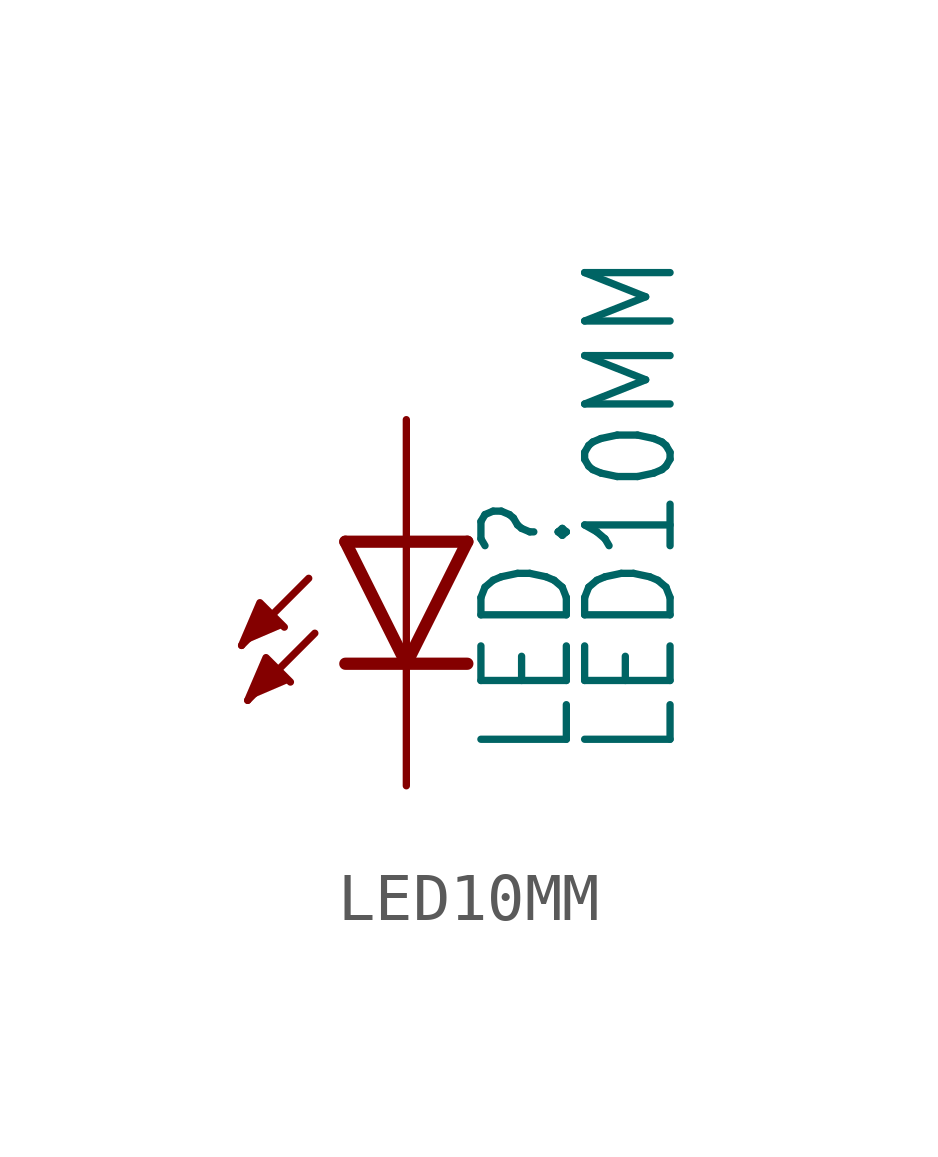
<source format=kicad_sym>
(kicad_symbol_lib
  (version 20201005)
  (generator kicad_symbol_editor)
  (symbol "LED10MM"
    (property "Reference" "LED"
      (at 3.556 -4.572 90)
      (effects (font (size 1.778 1.511)) (justify left bottom)))
    (property "Value" "LED10MM"
      (at 5.715 -4.572 90)
      (effects (font (size 1.778 1.511)) (justify left bottom)))
    (property "ki_locked" ""
      (at 0 0 0)
      (effects (font (size 1.27 1.27))))
    (symbol "LED10MM_1_0"
      (polyline (pts (xy 1.27 0) (xy 0 -2.54)) (stroke (width 0.254)) (fill (type none)))
      (polyline (pts (xy 0 -2.54) (xy -1.27 0)) (stroke (width 0.254)) (fill (type none)))
      (polyline (pts (xy 1.27 -2.54) (xy 0 -2.54)) (stroke (width 0.254)) (fill (type none)))
      (polyline (pts (xy 0 -2.54) (xy -1.27 -2.54)) (stroke (width 0.254)) (fill (type none)))
      (polyline (pts (xy 1.27 0) (xy 0 0)) (stroke (width 0.254)) (fill (type none)))
      (polyline (pts (xy 0 0) (xy -1.27 0)) (stroke (width 0.254)) (fill (type none)))
      (polyline (pts (xy 0 0) (xy 0 -2.54)) (stroke (width 0.152)) (fill (type none)))
      (polyline (pts (xy -2.032 -0.762) (xy -3.429 -2.159)) (stroke (width 0.152)) (fill (type none)))
      (polyline (pts (xy -1.905 -1.905) (xy -3.302 -3.302)) (stroke (width 0.152)) (fill (type none)))
      (polyline (pts (xy -3.429 -2.159) (xy -3.048 -1.27) (xy -2.54 -1.778)) (stroke (width 0)) (fill (type outline)))
      (polyline (pts (xy -3.302 -3.302) (xy -2.921 -2.413) (xy -2.413 -2.921)) (stroke (width 0)) (fill (type outline)))
      (pin passive line (at 0 -5.08 90) (length 2.54) (name "C" (effects (font (size 0 0)))) (number "K" (effects (font (size 0 0)))))
      (pin passive line (at 0 2.54 270) (length 2.54) (name "A" (effects (font (size 0 0)))) (number "A" (effects (font (size 0 0))))))))
</source>
